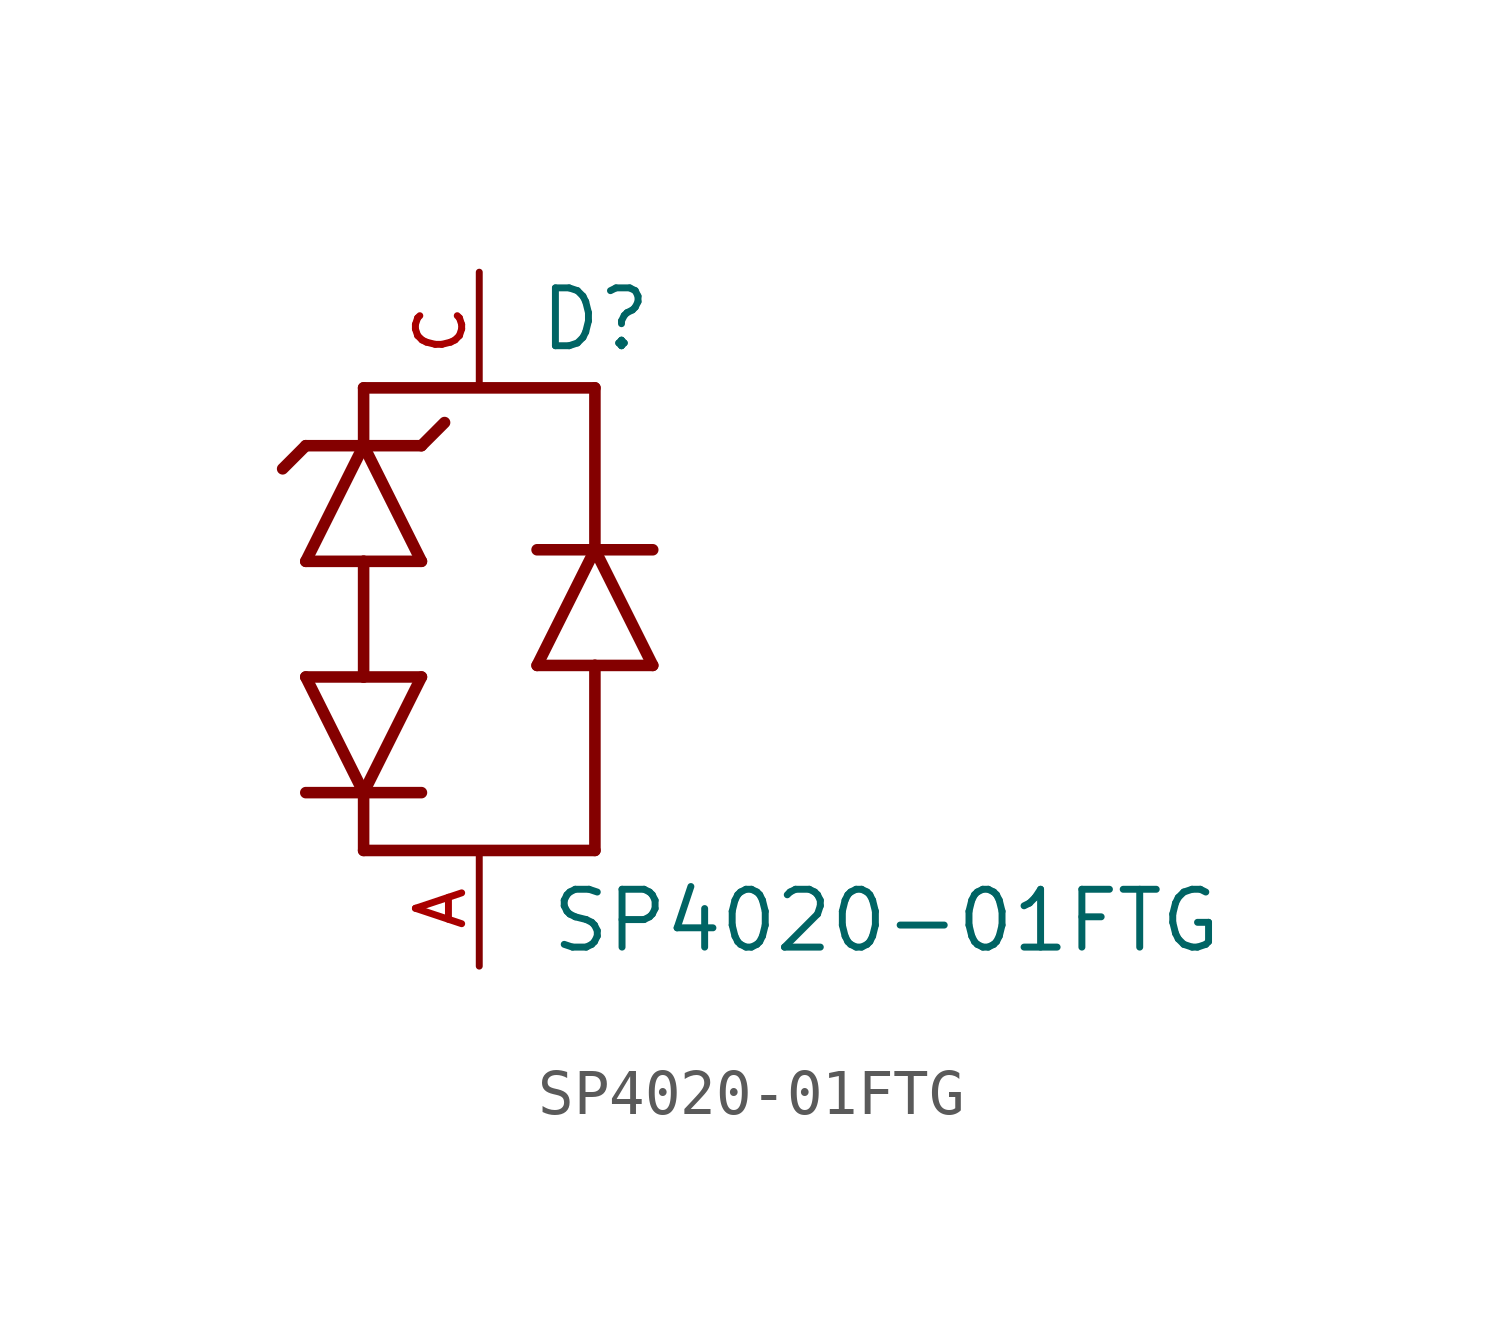
<source format=kicad_sym>
(kicad_symbol_lib
  (version 20211014)
  (generator kicad_symbol_editor)
  (symbol "SP4020-01FTG"
    (pin_names
      (offset 1.016))
    (property "Reference" "D"
      (at 1.27 5.842 0)
      (effects (font (size 1.27 1.27)) (justify bottom left)))
    (property "Value" "SP4020-01FTG"
      (at 1.524 -7.366 0)
      (effects (font (size 1.27 1.27)) (justify bottom left)))
    (symbol "SP4020-01FTG_0_0"
      (polyline (pts (xy 2.54 -5.08) (xy -2.54 -5.08)) (stroke (width 0.254)))
      (polyline (pts (xy -2.54 -5.08) (xy -2.54 -3.81)) (stroke (width 0.254)))
      (polyline (pts (xy -2.54 -3.81) (xy -1.27 -3.81)) (stroke (width 0.254)))
      (polyline (pts (xy -3.81 -3.81) (xy -2.54 -3.81)) (stroke (width 0.254)))
      (polyline (pts (xy -2.54 -3.81) (xy -1.27 -1.27)) (stroke (width 0.254)))
      (polyline (pts (xy -1.27 -1.27) (xy -2.54 -1.27)) (stroke (width 0.254)))
      (polyline (pts (xy -2.54 -1.27) (xy -3.81 -1.27)) (stroke (width 0.254)))
      (polyline (pts (xy -3.81 -1.27) (xy -2.54 -3.81)) (stroke (width 0.254)))
      (polyline (pts (xy -2.54 5.08) (xy -2.54 3.81)) (stroke (width 0.254)))
      (polyline (pts (xy -2.54 3.81) (xy -1.27 1.27)) (stroke (width 0.254)))
      (polyline (pts (xy -1.27 1.27) (xy -2.54 1.27)) (stroke (width 0.254)))
      (polyline (pts (xy -2.54 1.27) (xy -3.81 1.27)) (stroke (width 0.254)))
      (polyline (pts (xy -3.81 1.27) (xy -2.54 3.81)) (stroke (width 0.254)))
      (polyline (pts (xy -2.54 3.81) (xy -3.81 3.81)) (stroke (width 0.254)))
      (polyline (pts (xy -3.81 3.81) (xy -4.318 3.302)) (stroke (width 0.254)))
      (polyline (pts (xy -2.54 3.81) (xy -1.27 3.81)) (stroke (width 0.254)))
      (polyline (pts (xy -1.27 3.81) (xy -0.762 4.318)) (stroke (width 0.254)))
      (polyline (pts (xy -2.54 -1.27) (xy -2.54 1.27)) (stroke (width 0.254)))
      (polyline (pts (xy 1.27 -1.016) (xy 2.54 -1.016)) (stroke (width 0.254)))
      (polyline (pts (xy 2.54 -1.016) (xy 3.81 -1.016)) (stroke (width 0.254)))
      (polyline (pts (xy 3.81 -1.016) (xy 2.54 1.524)) (stroke (width 0.254)))
      (polyline (pts (xy 2.54 1.524) (xy 1.27 -1.016)) (stroke (width 0.254)))
      (polyline (pts (xy 1.27 1.524) (xy 2.54 1.524)) (stroke (width 0.254)))
      (polyline (pts (xy 2.54 1.524) (xy 3.81 1.524)) (stroke (width 0.254)))
      (polyline (pts (xy 2.54 -5.08) (xy 2.54 -1.016)) (stroke (width 0.254)))
      (polyline (pts (xy 2.54 1.524) (xy 2.54 5.08)) (stroke (width 0.254)))
      (polyline (pts (xy 2.54 5.08) (xy -2.54 5.08)) (stroke (width 0.254)))
      (pin passive line (at 0.0 -7.62 90.0) (length 2.54) (name "~" (effects (font (size 1.016 1.016)))) (number "A" (effects (font (size 1.016 1.016)))))
      (pin passive line (at 0.0 7.62 270.0) (length 2.54) (name "~" (effects (font (size 1.016 1.016)))) (number "C" (effects (font (size 1.016 1.016))))))))
</source>
